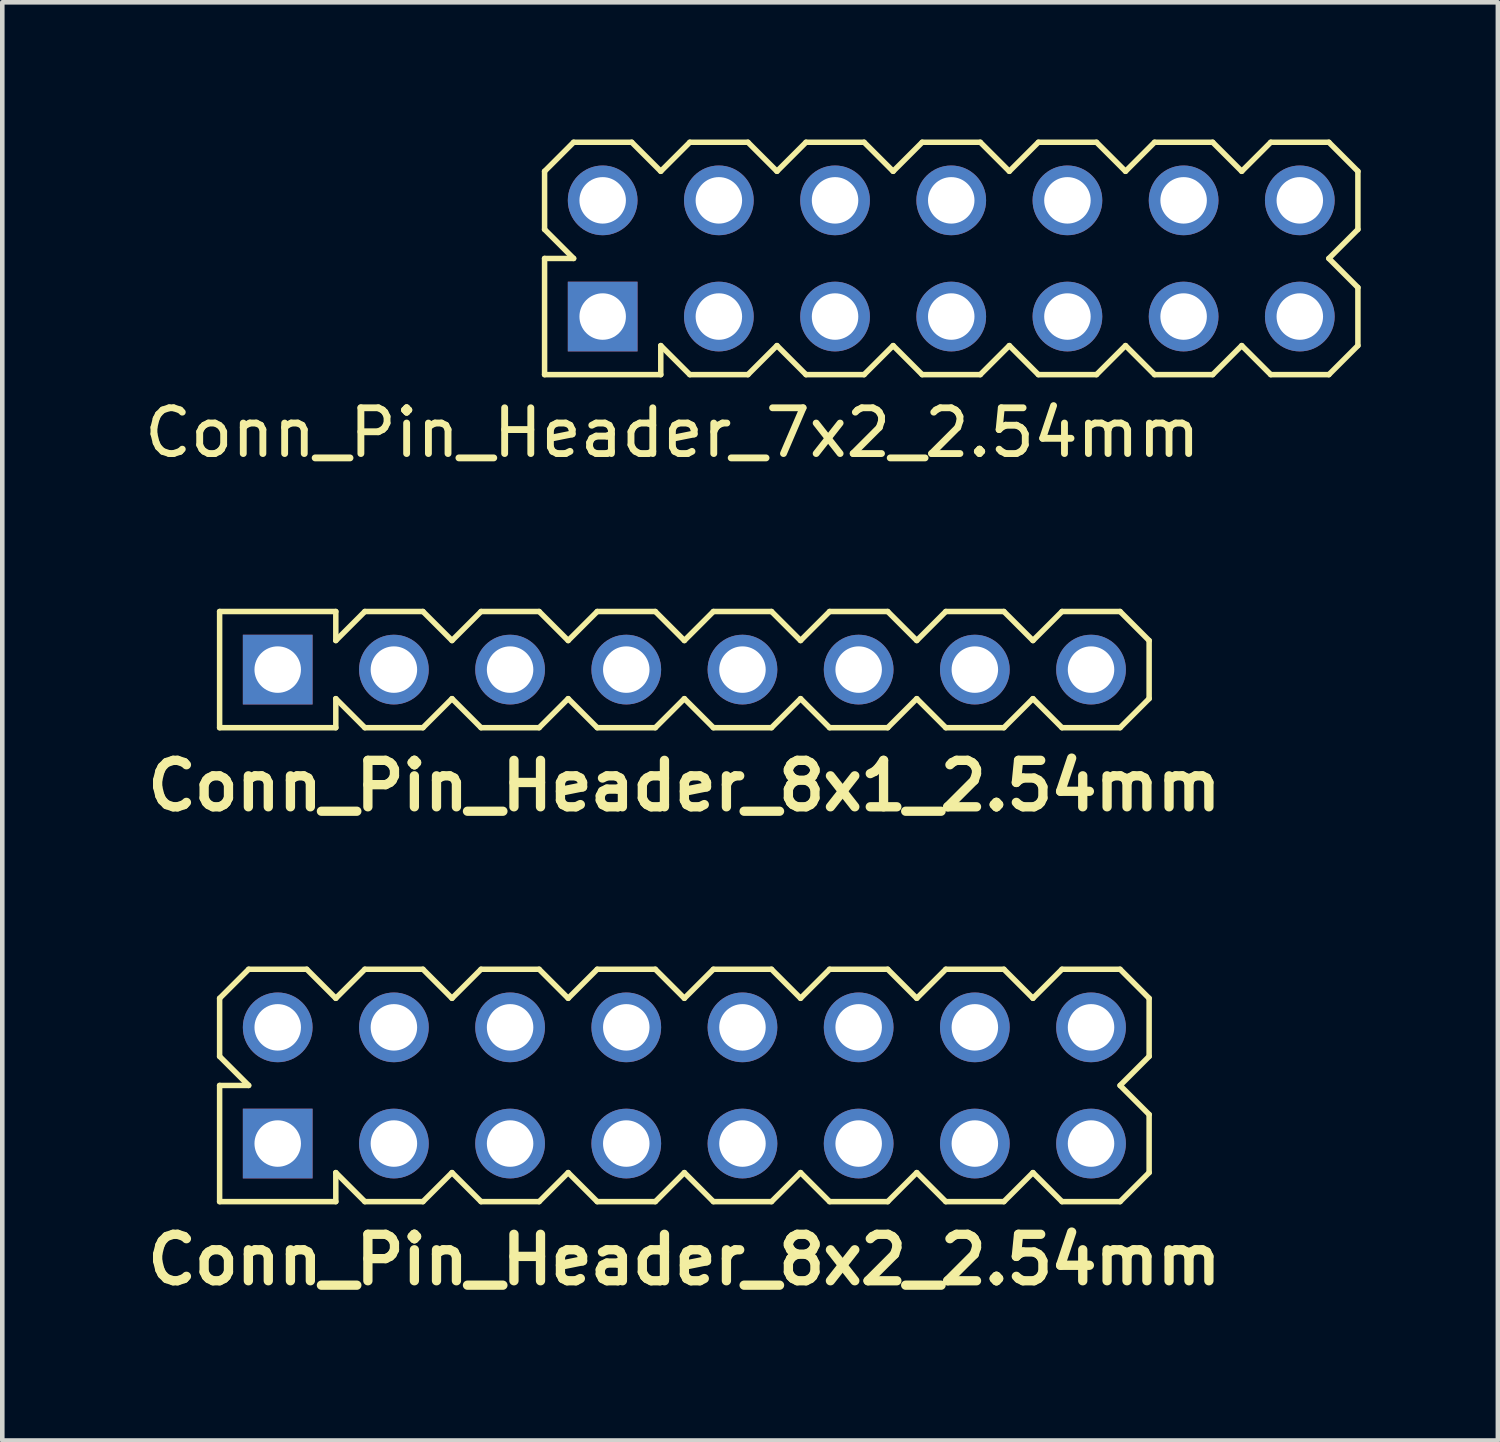
<source format=kicad_pcb>
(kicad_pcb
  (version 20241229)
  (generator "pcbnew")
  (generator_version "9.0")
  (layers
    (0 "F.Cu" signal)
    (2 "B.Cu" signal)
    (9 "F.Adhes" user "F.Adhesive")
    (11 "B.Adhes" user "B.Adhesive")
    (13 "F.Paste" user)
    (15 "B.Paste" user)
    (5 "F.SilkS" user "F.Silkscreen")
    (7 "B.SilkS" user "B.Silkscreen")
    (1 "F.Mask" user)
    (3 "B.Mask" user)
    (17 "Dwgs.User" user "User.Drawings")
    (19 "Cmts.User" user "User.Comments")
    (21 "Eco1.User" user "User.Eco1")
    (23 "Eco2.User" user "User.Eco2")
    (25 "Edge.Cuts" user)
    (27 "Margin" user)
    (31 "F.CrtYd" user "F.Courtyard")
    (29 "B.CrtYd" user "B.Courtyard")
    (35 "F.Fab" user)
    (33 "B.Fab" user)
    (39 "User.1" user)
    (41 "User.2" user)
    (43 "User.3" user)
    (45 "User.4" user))
  (footprint "Conn_Pin_Header_8x1_2.54mm"
    (layer "F.Cu")
    (at 11.911 11.588)
    (property "Reference" "Conn_Pin_Header_8x1_2.54mm" (at 0 2.54 0) (layer "F.SilkS") (effects (font (size 1.016 1.016) (thickness 0.203))))
    (attr through_hole)
    (fp_line (start -10.16 -1.27) (end -10.16 1.27) (stroke (width 0.12) (type solid)) (layer "F.SilkS"))
    (fp_line (start -10.16 1.27) (end -7.62 1.27) (stroke (width 0.12) (type solid)) (layer "F.SilkS"))
    (fp_line (start -7.62 -1.27) (end -10.16 -1.27) (stroke (width 0.12) (type solid)) (layer "F.SilkS"))
    (fp_line (start -7.62 -0.635) (end -7.62 -1.27) (stroke (width 0.12) (type solid)) (layer "F.SilkS"))
    (fp_line (start -7.62 0.635) (end -6.985 1.27) (stroke (width 0.12) (type solid)) (layer "F.SilkS"))
    (fp_line (start -7.62 1.27) (end -7.62 0.635) (stroke (width 0.12) (type solid)) (layer "F.SilkS"))
    (fp_line (start -6.985 -1.27) (end -7.62 -0.635) (stroke (width 0.12) (type solid)) (layer "F.SilkS"))
    (fp_line (start -6.985 1.27) (end -5.715 1.27) (stroke (width 0.12) (type solid)) (layer "F.SilkS"))
    (fp_line (start -5.715 -1.27) (end -6.985 -1.27) (stroke (width 0.12) (type solid)) (layer "F.SilkS"))
    (fp_line (start -5.715 1.27) (end -5.08 0.635) (stroke (width 0.12) (type solid)) (layer "F.SilkS"))
    (fp_line (start -5.08 -0.635) (end -5.715 -1.27) (stroke (width 0.12) (type solid)) (layer "F.SilkS"))
    (fp_line (start -5.08 0.635) (end -4.445 1.27) (stroke (width 0.12) (type solid)) (layer "F.SilkS"))
    (fp_line (start -4.445 -1.27) (end -5.08 -0.635) (stroke (width 0.12) (type solid)) (layer "F.SilkS"))
    (fp_line (start -4.445 1.27) (end -3.175 1.27) (stroke (width 0.12) (type solid)) (layer "F.SilkS"))
    (fp_line (start -3.175 -1.27) (end -4.445 -1.27) (stroke (width 0.12) (type solid)) (layer "F.SilkS"))
    (fp_line (start -3.175 1.27) (end -2.54 0.635) (stroke (width 0.12) (type solid)) (layer "F.SilkS"))
    (fp_line (start -2.54 -0.635) (end -3.175 -1.27) (stroke (width 0.12) (type solid)) (layer "F.SilkS"))
    (fp_line (start -2.54 0.635) (end -1.905 1.27) (stroke (width 0.12) (type solid)) (layer "F.SilkS"))
    (fp_line (start -1.905 -1.27) (end -2.54 -0.635) (stroke (width 0.12) (type solid)) (layer "F.SilkS"))
    (fp_line (start -1.905 1.27) (end -0.635 1.27) (stroke (width 0.12) (type solid)) (layer "F.SilkS"))
    (fp_line (start -0.635 -1.27) (end -1.905 -1.27) (stroke (width 0.12) (type solid)) (layer "F.SilkS"))
    (fp_line (start -0.635 1.27) (end 0 0.635) (stroke (width 0.12) (type solid)) (layer "F.SilkS"))
    (fp_line (start 0 -0.635) (end -0.635 -1.27) (stroke (width 0.12) (type solid)) (layer "F.SilkS"))
    (fp_line (start 0 0.635) (end 0.635 1.27) (stroke (width 0.12) (type solid)) (layer "F.SilkS"))
    (fp_line (start 0.635 -1.27) (end 0 -0.635) (stroke (width 0.12) (type solid)) (layer "F.SilkS"))
    (fp_line (start 0.635 1.27) (end 1.905 1.27) (stroke (width 0.12) (type solid)) (layer "F.SilkS"))
    (fp_line (start 1.905 -1.27) (end 0.635 -1.27) (stroke (width 0.12) (type solid)) (layer "F.SilkS"))
    (fp_line (start 1.905 1.27) (end 2.54 0.635) (stroke (width 0.12) (type solid)) (layer "F.SilkS"))
    (fp_line (start 2.54 -0.635) (end 1.905 -1.27) (stroke (width 0.12) (type solid)) (layer "F.SilkS"))
    (fp_line (start 2.54 0.635) (end 3.175 1.27) (stroke (width 0.12) (type solid)) (layer "F.SilkS"))
    (fp_line (start 3.175 -1.27) (end 2.54 -0.635) (stroke (width 0.12) (type solid)) (layer "F.SilkS"))
    (fp_line (start 3.175 1.27) (end 4.445 1.27) (stroke (width 0.12) (type solid)) (layer "F.SilkS"))
    (fp_line (start 4.445 -1.27) (end 3.175 -1.27) (stroke (width 0.12) (type solid)) (layer "F.SilkS"))
    (fp_line (start 4.445 1.27) (end 5.08 0.635) (stroke (width 0.12) (type solid)) (layer "F.SilkS"))
    (fp_line (start 5.08 -0.635) (end 4.445 -1.27) (stroke (width 0.12) (type solid)) (layer "F.SilkS"))
    (fp_line (start 5.08 0.635) (end 5.715 1.27) (stroke (width 0.12) (type solid)) (layer "F.SilkS"))
    (fp_line (start 5.715 -1.27) (end 5.08 -0.635) (stroke (width 0.12) (type solid)) (layer "F.SilkS"))
    (fp_line (start 5.715 1.27) (end 6.985 1.27) (stroke (width 0.12) (type solid)) (layer "F.SilkS"))
    (fp_line (start 6.985 -1.27) (end 5.715 -1.27) (stroke (width 0.12) (type solid)) (layer "F.SilkS"))
    (fp_line (start 6.985 1.27) (end 7.62 0.635) (stroke (width 0.12) (type solid)) (layer "F.SilkS"))
    (fp_line (start 7.62 -0.635) (end 6.985 -1.27) (stroke (width 0.12) (type solid)) (layer "F.SilkS"))
    (fp_line (start 7.62 0.635) (end 8.255 1.27) (stroke (width 0.12) (type solid)) (layer "F.SilkS"))
    (fp_line (start 8.255 -1.27) (end 7.62 -0.635) (stroke (width 0.12) (type solid)) (layer "F.SilkS"))
    (fp_line (start 8.255 1.27) (end 9.525 1.27) (stroke (width 0.12) (type solid)) (layer "F.SilkS"))
    (fp_line (start 9.525 -1.27) (end 8.255 -1.27) (stroke (width 0.12) (type solid)) (layer "F.SilkS"))
    (fp_line (start 9.525 1.27) (end 10.16 0.635) (stroke (width 0.12) (type solid)) (layer "F.SilkS"))
    (fp_line (start 10.16 -0.635) (end 9.525 -1.27) (stroke (width 0.12) (type solid)) (layer "F.SilkS"))
    (fp_line (start 10.16 0.635) (end 10.16 -0.635) (stroke (width 0.12) (type solid)) (layer "F.SilkS"))
    (pad "1" thru_hole rect (at -8.89 0) (size 1.524 1.524) (drill 1.016) (layers "*.Cu" "*.Mask"))
    (pad "2" thru_hole circle (at -6.35 0) (size 1.524 1.524) (drill 1.016) (layers "*.Cu" "*.Mask"))
    (pad "3" thru_hole circle (at -3.81 0) (size 1.524 1.524) (drill 1.016) (layers "*.Cu" "*.Mask"))
    (pad "4" thru_hole circle (at -1.27 0) (size 1.524 1.524) (drill 1.016) (layers "*.Cu" "*.Mask"))
    (pad "5" thru_hole circle (at 1.27 0) (size 1.524 1.524) (drill 1.016) (layers "*.Cu" "*.Mask"))
    (pad "6" thru_hole circle (at 3.81 0) (size 1.524 1.524) (drill 1.016) (layers "*.Cu" "*.Mask"))
    (pad "7" thru_hole circle (at 6.35 0) (size 1.524 1.524) (drill 1.016) (layers "*.Cu" "*.Mask"))
    (pad "8" thru_hole circle (at 8.89 0) (size 1.524 1.524) (drill 1.016) (layers "*.Cu" "*.Mask")))
  (footprint "Conn_Pin_Header_8x2_2.54mm"
    (layer "F.Cu")
    (at 11.911 20.679)
    (property "Reference" "Conn_Pin_Header_8x2_2.54mm" (at 0 3.81 0) (layer "F.SilkS") (effects (font (size 1.016 1.016) (thickness 0.203))))
    (attr through_hole)
    (fp_line (start -10.16 -1.905) (end -10.16 -0.635) (stroke (width 0.12) (type solid)) (layer "F.SilkS"))
    (fp_line (start -10.16 -0.635) (end -9.525 0) (stroke (width 0.12) (type solid)) (layer "F.SilkS"))
    (fp_line (start -10.16 0) (end -10.16 2.54) (stroke (width 0.12) (type solid)) (layer "F.SilkS"))
    (fp_line (start -10.16 2.54) (end -7.62 2.54) (stroke (width 0.12) (type solid)) (layer "F.SilkS"))
    (fp_line (start -9.525 -2.54) (end -10.16 -1.905) (stroke (width 0.12) (type solid)) (layer "F.SilkS"))
    (fp_line (start -9.525 0) (end -10.16 0) (stroke (width 0.12) (type solid)) (layer "F.SilkS"))
    (fp_line (start -8.255 -2.54) (end -9.525 -2.54) (stroke (width 0.12) (type solid)) (layer "F.SilkS"))
    (fp_line (start -7.62 -1.905) (end -8.255 -2.54) (stroke (width 0.12) (type solid)) (layer "F.SilkS"))
    (fp_line (start -7.62 1.905) (end -6.985 2.54) (stroke (width 0.12) (type solid)) (layer "F.SilkS"))
    (fp_line (start -7.62 2.54) (end -7.62 1.905) (stroke (width 0.12) (type solid)) (layer "F.SilkS"))
    (fp_line (start -6.985 -2.54) (end -7.62 -1.905) (stroke (width 0.12) (type solid)) (layer "F.SilkS"))
    (fp_line (start -6.985 2.54) (end -5.715 2.54) (stroke (width 0.12) (type solid)) (layer "F.SilkS"))
    (fp_line (start -5.715 -2.54) (end -6.985 -2.54) (stroke (width 0.12) (type solid)) (layer "F.SilkS"))
    (fp_line (start -5.715 2.54) (end -5.08 1.905) (stroke (width 0.12) (type solid)) (layer "F.SilkS"))
    (fp_line (start -5.08 -1.905) (end -5.715 -2.54) (stroke (width 0.12) (type solid)) (layer "F.SilkS"))
    (fp_line (start -5.08 1.905) (end -4.445 2.54) (stroke (width 0.12) (type solid)) (layer "F.SilkS"))
    (fp_line (start -4.445 -2.54) (end -5.08 -1.905) (stroke (width 0.12) (type solid)) (layer "F.SilkS"))
    (fp_line (start -4.445 2.54) (end -3.175 2.54) (stroke (width 0.12) (type solid)) (layer "F.SilkS"))
    (fp_line (start -3.175 -2.54) (end -4.445 -2.54) (stroke (width 0.12) (type solid)) (layer "F.SilkS"))
    (fp_line (start -3.175 2.54) (end -2.54 1.905) (stroke (width 0.12) (type solid)) (layer "F.SilkS"))
    (fp_line (start -2.54 -1.905) (end -3.175 -2.54) (stroke (width 0.12) (type solid)) (layer "F.SilkS"))
    (fp_line (start -2.54 1.905) (end -1.905 2.54) (stroke (width 0.12) (type solid)) (layer "F.SilkS"))
    (fp_line (start -1.905 -2.54) (end -2.54 -1.905) (stroke (width 0.12) (type solid)) (layer "F.SilkS"))
    (fp_line (start -1.905 2.54) (end -0.635 2.54) (stroke (width 0.12) (type solid)) (layer "F.SilkS"))
    (fp_line (start -0.635 -2.54) (end -1.905 -2.54) (stroke (width 0.12) (type solid)) (layer "F.SilkS"))
    (fp_line (start -0.635 2.54) (end 0 1.905) (stroke (width 0.12) (type solid)) (layer "F.SilkS"))
    (fp_line (start 0 -1.905) (end -0.635 -2.54) (stroke (width 0.12) (type solid)) (layer "F.SilkS"))
    (fp_line (start 0 1.905) (end 0.635 2.54) (stroke (width 0.12) (type solid)) (layer "F.SilkS"))
    (fp_line (start 0.635 -2.54) (end 0 -1.905) (stroke (width 0.12) (type solid)) (layer "F.SilkS"))
    (fp_line (start 0.635 2.54) (end 1.905 2.54) (stroke (width 0.12) (type solid)) (layer "F.SilkS"))
    (fp_line (start 1.905 -2.54) (end 0.635 -2.54) (stroke (width 0.12) (type solid)) (layer "F.SilkS"))
    (fp_line (start 1.905 2.54) (end 2.54 1.905) (stroke (width 0.12) (type solid)) (layer "F.SilkS"))
    (fp_line (start 2.54 -1.905) (end 1.905 -2.54) (stroke (width 0.12) (type solid)) (layer "F.SilkS"))
    (fp_line (start 2.54 1.905) (end 3.175 2.54) (stroke (width 0.12) (type solid)) (layer "F.SilkS"))
    (fp_line (start 3.175 -2.54) (end 2.54 -1.905) (stroke (width 0.12) (type solid)) (layer "F.SilkS"))
    (fp_line (start 3.175 2.54) (end 4.445 2.54) (stroke (width 0.12) (type solid)) (layer "F.SilkS"))
    (fp_line (start 4.445 -2.54) (end 3.175 -2.54) (stroke (width 0.12) (type solid)) (layer "F.SilkS"))
    (fp_line (start 4.445 2.54) (end 5.08 1.905) (stroke (width 0.12) (type solid)) (layer "F.SilkS"))
    (fp_line (start 5.08 -1.905) (end 4.445 -2.54) (stroke (width 0.12) (type solid)) (layer "F.SilkS"))
    (fp_line (start 5.08 1.905) (end 5.715 2.54) (stroke (width 0.12) (type solid)) (layer "F.SilkS"))
    (fp_line (start 5.715 -2.54) (end 5.08 -1.905) (stroke (width 0.12) (type solid)) (layer "F.SilkS"))
    (fp_line (start 5.715 2.54) (end 6.985 2.54) (stroke (width 0.12) (type solid)) (layer "F.SilkS"))
    (fp_line (start 6.985 -2.54) (end 5.715 -2.54) (stroke (width 0.12) (type solid)) (layer "F.SilkS"))
    (fp_line (start 6.985 2.54) (end 7.62 1.905) (stroke (width 0.12) (type solid)) (layer "F.SilkS"))
    (fp_line (start 7.62 -1.905) (end 6.985 -2.54) (stroke (width 0.12) (type solid)) (layer "F.SilkS"))
    (fp_line (start 7.62 1.905) (end 8.255 2.54) (stroke (width 0.12) (type solid)) (layer "F.SilkS"))
    (fp_line (start 8.255 -2.54) (end 7.62 -1.905) (stroke (width 0.12) (type solid)) (layer "F.SilkS"))
    (fp_line (start 8.255 2.54) (end 9.525 2.54) (stroke (width 0.12) (type solid)) (layer "F.SilkS"))
    (fp_line (start 9.525 -2.54) (end 8.255 -2.54) (stroke (width 0.12) (type solid)) (layer "F.SilkS"))
    (fp_line (start 9.525 0) (end 10.16 -0.635) (stroke (width 0.12) (type solid)) (layer "F.SilkS"))
    (fp_line (start 9.525 2.54) (end 10.16 1.905) (stroke (width 0.12) (type solid)) (layer "F.SilkS"))
    (fp_line (start 10.16 -1.905) (end 9.525 -2.54) (stroke (width 0.12) (type solid)) (layer "F.SilkS"))
    (fp_line (start 10.16 -0.635) (end 10.16 -1.905) (stroke (width 0.12) (type solid)) (layer "F.SilkS"))
    (fp_line (start 10.16 0.635) (end 9.525 0) (stroke (width 0.12) (type solid)) (layer "F.SilkS"))
    (fp_line (start 10.16 1.905) (end 10.16 0.635) (stroke (width 0.12) (type solid)) (layer "F.SilkS"))
    (pad "1" thru_hole rect (at -8.89 1.27) (size 1.524 1.524) (drill 1.016) (layers "*.Cu" "*.Mask"))
    (pad "2" thru_hole circle (at -8.89 -1.27) (size 1.524 1.524) (drill 1.016) (layers "*.Cu" "*.Mask"))
    (pad "3" thru_hole circle (at -6.35 1.27) (size 1.524 1.524) (drill 1.016) (layers "*.Cu" "*.Mask"))
    (pad "4" thru_hole circle (at -6.35 -1.27) (size 1.524 1.524) (drill 1.016) (layers "*.Cu" "*.Mask"))
    (pad "5" thru_hole circle (at -3.81 1.27) (size 1.524 1.524) (drill 1.016) (layers "*.Cu" "*.Mask"))
    (pad "6" thru_hole circle (at -3.81 -1.27) (size 1.524 1.524) (drill 1.016) (layers "*.Cu" "*.Mask"))
    (pad "7" thru_hole circle (at -1.27 1.27) (size 1.524 1.524) (drill 1.016) (layers "*.Cu" "*.Mask"))
    (pad "8" thru_hole circle (at -1.27 -1.27) (size 1.524 1.524) (drill 1.016) (layers "*.Cu" "*.Mask"))
    (pad "9" thru_hole circle (at 1.27 1.27) (size 1.524 1.524) (drill 1.016) (layers "*.Cu" "*.Mask"))
    (pad "10" thru_hole circle (at 1.27 -1.27) (size 1.524 1.524) (drill 1.016) (layers "*.Cu" "*.Mask"))
    (pad "11" thru_hole circle (at 3.81 1.27) (size 1.524 1.524) (drill 1.016) (layers "*.Cu" "*.Mask"))
    (pad "12" thru_hole circle (at 3.81 -1.27) (size 1.524 1.524) (drill 1.016) (layers "*.Cu" "*.Mask"))
    (pad "13" thru_hole circle (at 6.35 1.27) (size 1.524 1.524) (drill 1.016) (layers "*.Cu" "*.Mask"))
    (pad "14" thru_hole circle (at 6.35 -1.27) (size 1.524 1.524) (drill 1.016) (layers "*.Cu" "*.Mask"))
    (pad "15" thru_hole circle (at 8.89 1.27) (size 1.524 1.524) (drill 1.016) (layers "*.Cu" "*.Mask"))
    (pad "16" thru_hole circle (at 8.89 -1.27) (size 1.524 1.524) (drill 1.016) (layers "*.Cu" "*.Mask")))
  (footprint "Conn_Pin_Header_7x2_2.54mm"
    (layer "F.Cu")
    (at 17.745 2.6)
    (property "Reference" "Conn_Pin_Header_7x2_2.54mm" (at -6.096 3.81 0) (layer "F.SilkS") (effects (font (size 1 1) (thickness 0.15))))
    (attr through_hole)
    (fp_line (start -8.89 -1.905) (end -8.255 -2.54) (stroke (width 0.12) (type solid)) (layer "F.SilkS"))
    (fp_line (start -8.89 -0.635) (end -8.89 -1.905) (stroke (width 0.12) (type solid)) (layer "F.SilkS"))
    (fp_line (start -8.89 0) (end -8.255 0) (stroke (width 0.12) (type solid)) (layer "F.SilkS"))
    (fp_line (start -8.89 2.54) (end -8.89 0) (stroke (width 0.12) (type solid)) (layer "F.SilkS"))
    (fp_line (start -8.255 -2.54) (end -6.985 -2.54) (stroke (width 0.12) (type solid)) (layer "F.SilkS"))
    (fp_line (start -8.255 0) (end -8.89 -0.635) (stroke (width 0.12) (type solid)) (layer "F.SilkS"))
    (fp_line (start -6.985 -2.54) (end -6.35 -1.905) (stroke (width 0.12) (type solid)) (layer "F.SilkS"))
    (fp_line (start -6.35 -1.905) (end -5.715 -2.54) (stroke (width 0.12) (type solid)) (layer "F.SilkS"))
    (fp_line (start -6.35 1.905) (end -6.35 2.54) (stroke (width 0.12) (type solid)) (layer "F.SilkS"))
    (fp_line (start -6.35 2.54) (end -8.89 2.54) (stroke (width 0.12) (type solid)) (layer "F.SilkS"))
    (fp_line (start -5.715 -2.54) (end -4.445 -2.54) (stroke (width 0.12) (type solid)) (layer "F.SilkS"))
    (fp_line (start -5.715 2.54) (end -6.35 1.905) (stroke (width 0.12) (type solid)) (layer "F.SilkS"))
    (fp_line (start -4.445 -2.54) (end -3.81 -1.905) (stroke (width 0.12) (type solid)) (layer "F.SilkS"))
    (fp_line (start -4.445 2.54) (end -5.715 2.54) (stroke (width 0.12) (type solid)) (layer "F.SilkS"))
    (fp_line (start -3.81 -1.905) (end -3.175 -2.54) (stroke (width 0.12) (type solid)) (layer "F.SilkS"))
    (fp_line (start -3.81 1.905) (end -4.445 2.54) (stroke (width 0.12) (type solid)) (layer "F.SilkS"))
    (fp_line (start -3.175 -2.54) (end -1.905 -2.54) (stroke (width 0.12) (type solid)) (layer "F.SilkS"))
    (fp_line (start -3.175 2.54) (end -3.81 1.905) (stroke (width 0.12) (type solid)) (layer "F.SilkS"))
    (fp_line (start -1.905 -2.54) (end -1.27 -1.905) (stroke (width 0.12) (type solid)) (layer "F.SilkS"))
    (fp_line (start -1.905 2.54) (end -3.175 2.54) (stroke (width 0.12) (type solid)) (layer "F.SilkS"))
    (fp_line (start -1.27 -1.905) (end -0.635 -2.54) (stroke (width 0.12) (type solid)) (layer "F.SilkS"))
    (fp_line (start -1.27 1.905) (end -1.905 2.54) (stroke (width 0.12) (type solid)) (layer "F.SilkS"))
    (fp_line (start -0.635 -2.54) (end 0.635 -2.54) (stroke (width 0.12) (type solid)) (layer "F.SilkS"))
    (fp_line (start -0.635 2.54) (end -1.27 1.905) (stroke (width 0.12) (type solid)) (layer "F.SilkS"))
    (fp_line (start 0.635 -2.54) (end 1.27 -1.905) (stroke (width 0.12) (type solid)) (layer "F.SilkS"))
    (fp_line (start 0.635 2.54) (end -0.635 2.54) (stroke (width 0.12) (type solid)) (layer "F.SilkS"))
    (fp_line (start 1.27 -1.905) (end 1.905 -2.54) (stroke (width 0.12) (type solid)) (layer "F.SilkS"))
    (fp_line (start 1.27 1.905) (end 0.635 2.54) (stroke (width 0.12) (type solid)) (layer "F.SilkS"))
    (fp_line (start 1.905 -2.54) (end 3.175 -2.54) (stroke (width 0.12) (type solid)) (layer "F.SilkS"))
    (fp_line (start 1.905 2.54) (end 1.27 1.905) (stroke (width 0.12) (type solid)) (layer "F.SilkS"))
    (fp_line (start 3.175 -2.54) (end 3.81 -1.905) (stroke (width 0.12) (type solid)) (layer "F.SilkS"))
    (fp_line (start 3.175 2.54) (end 1.905 2.54) (stroke (width 0.12) (type solid)) (layer "F.SilkS"))
    (fp_line (start 3.81 -1.905) (end 4.445 -2.54) (stroke (width 0.12) (type solid)) (layer "F.SilkS"))
    (fp_line (start 3.81 1.905) (end 3.175 2.54) (stroke (width 0.12) (type solid)) (layer "F.SilkS"))
    (fp_line (start 4.445 -2.54) (end 5.715 -2.54) (stroke (width 0.12) (type solid)) (layer "F.SilkS"))
    (fp_line (start 4.445 2.54) (end 3.81 1.905) (stroke (width 0.12) (type solid)) (layer "F.SilkS"))
    (fp_line (start 5.715 -2.54) (end 6.35 -1.905) (stroke (width 0.12) (type solid)) (layer "F.SilkS"))
    (fp_line (start 5.715 2.54) (end 4.445 2.54) (stroke (width 0.12) (type solid)) (layer "F.SilkS"))
    (fp_line (start 6.35 -1.905) (end 6.985 -2.54) (stroke (width 0.12) (type solid)) (layer "F.SilkS"))
    (fp_line (start 6.35 1.905) (end 5.715 2.54) (stroke (width 0.12) (type solid)) (layer "F.SilkS"))
    (fp_line (start 6.985 -2.54) (end 8.255 -2.54) (stroke (width 0.12) (type solid)) (layer "F.SilkS"))
    (fp_line (start 6.985 2.54) (end 6.35 1.905) (stroke (width 0.12) (type solid)) (layer "F.SilkS"))
    (fp_line (start 8.255 -2.54) (end 8.89 -1.905) (stroke (width 0.12) (type solid)) (layer "F.SilkS"))
    (fp_line (start 8.255 0) (end 8.89 -0.635) (stroke (width 0.12) (type solid)) (layer "F.SilkS"))
    (fp_line (start 8.255 2.54) (end 6.985 2.54) (stroke (width 0.12) (type solid)) (layer "F.SilkS"))
    (fp_line (start 8.89 -0.635) (end 8.89 -1.905) (stroke (width 0.12) (type solid)) (layer "F.SilkS"))
    (fp_line (start 8.89 0.635) (end 8.255 0) (stroke (width 0.12) (type solid)) (layer "F.SilkS"))
    (fp_line (start 8.89 1.905) (end 8.255 2.54) (stroke (width 0.12) (type solid)) (layer "F.SilkS"))
    (fp_line (start 8.89 1.905) (end 8.89 0.635) (stroke (width 0.12) (type solid)) (layer "F.SilkS"))
    (pad "1" thru_hole rect (at -7.62 1.27) (size 1.524 1.524) (drill 1.016) (layers "*.Cu" "*.Mask"))
    (pad "2" thru_hole circle (at -7.62 -1.27) (size 1.524 1.524) (drill 1.016) (layers "*.Cu" "*.Mask"))
    (pad "3" thru_hole circle (at -5.08 1.27) (size 1.524 1.524) (drill 1.016) (layers "*.Cu" "*.Mask"))
    (pad "4" thru_hole circle (at -5.08 -1.27) (size 1.524 1.524) (drill 1.016) (layers "*.Cu" "*.Mask"))
    (pad "5" thru_hole circle (at -2.54 1.27) (size 1.524 1.524) (drill 1.016) (layers "*.Cu" "*.Mask"))
    (pad "6" thru_hole circle (at -2.54 -1.27) (size 1.524 1.524) (drill 1.016) (layers "*.Cu" "*.Mask"))
    (pad "7" thru_hole circle (at 0 1.27) (size 1.524 1.524) (drill 1.016) (layers "*.Cu" "*.Mask"))
    (pad "8" thru_hole circle (at 0 -1.27) (size 1.524 1.524) (drill 1.016) (layers "*.Cu" "*.Mask"))
    (pad "9" thru_hole circle (at 2.54 1.27) (size 1.524 1.524) (drill 1.016) (layers "*.Cu" "*.Mask"))
    (pad "10" thru_hole circle (at 2.54 -1.27) (size 1.524 1.524) (drill 1.016) (layers "*.Cu" "*.Mask"))
    (pad "11" thru_hole circle (at 5.08 1.27) (size 1.524 1.524) (drill 1.016) (layers "*.Cu" "*.Mask"))
    (pad "12" thru_hole circle (at 5.08 -1.27) (size 1.524 1.524) (drill 1.016) (layers "*.Cu" "*.Mask"))
    (pad "13" thru_hole circle (at 7.62 1.27) (size 1.524 1.524) (drill 1.016) (layers "*.Cu" "*.Mask"))
    (pad "14" thru_hole circle (at 7.62 -1.27) (size 1.524 1.524) (drill 1.016) (layers "*.Cu" "*.Mask")))
  (gr_rect
    (start -3 -3)
    (end 29.695 28.44)
    (stroke (width 0.1) (type default))
    (fill no)
    (layer "Edge.Cuts")))
</source>
